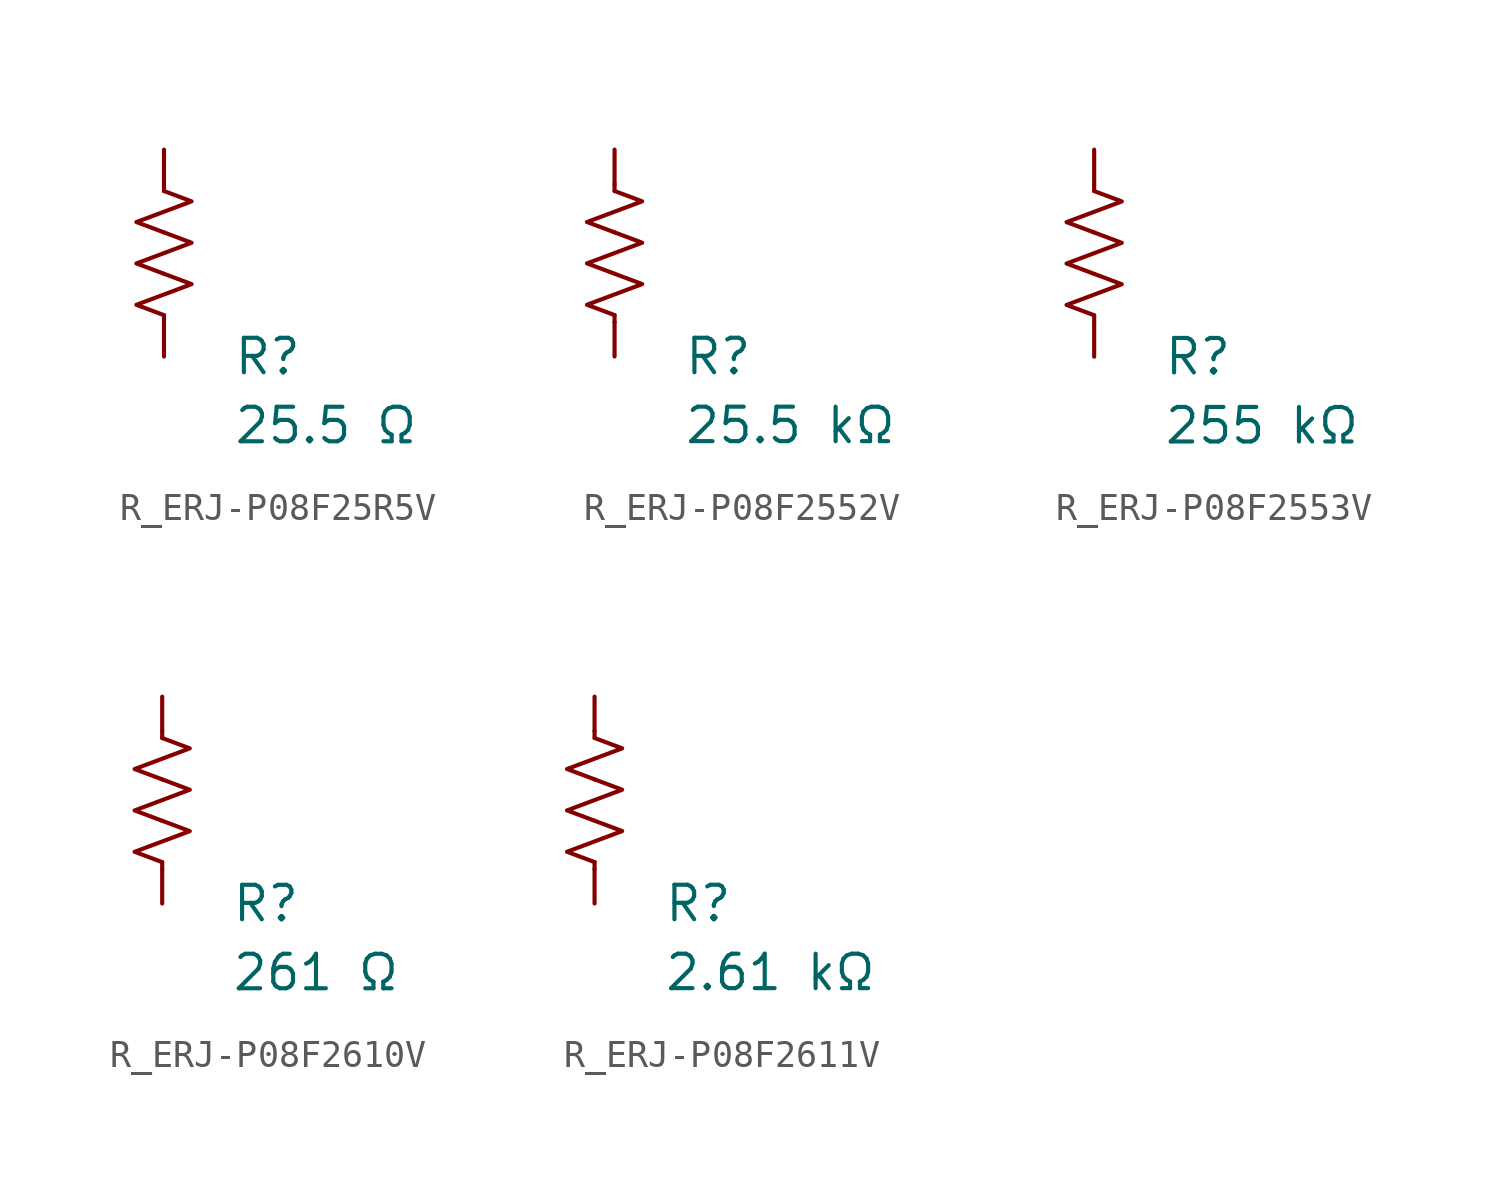
<source format=kicad_sym>
(kicad_symbol_lib
  (version 20231120)
  (generator "kicad_symbol_editor")
  (generator_version "8.0")
  (symbol "R_ERJ-P08F25R5V"
    (pin_numbers hide)
    (pin_names
      (offset 0))
    (property "Reference" "R"
      (at 2.54 -3.81 0)
      (effects (font (size 1.27 1.27)) (justify left))
      (show_name no))
    (property "Value" "25.5 Ω"
      (at 2.54 -6.35 0)
      (effects (font (size 1.27 1.27)) (justify left))
      (show_name no))
    (symbol "R_ERJ-P08F25R5V_0_1"
      (polyline (pts (xy 0 -2.286) (xy 0 -2.54)) (stroke (width 0) (type default)) (fill (type none)))
      (polyline (pts (xy 0 2.286) (xy 0 2.54)) (stroke (width 0) (type default)) (fill (type none)))
      (polyline (pts (xy 0 -0.762) (xy 1.016 -1.143) (xy 0 -1.524) (xy -1.016 -1.905) (xy 0 -2.286)) (stroke (width 0) (type default)) (fill (type none)))
      (polyline (pts (xy 0 0.762) (xy 1.016 0.381) (xy 0 0) (xy -1.016 -0.381) (xy 0 -0.762)) (stroke (width 0) (type default)) (fill (type none)))
      (polyline (pts (xy 0 2.286) (xy 1.016 1.905) (xy 0 1.524) (xy -1.016 1.143) (xy 0 0.762)) (stroke (width 0) (type default)) (fill (type none))))
    (symbol "R_ERJ-P08F25R5V_1_1"
      (pin passive line (at 0 3.81 270) (length 1.27) (name "~" (effects (font (size 1.27 1.27)))) (number "1" (effects (font (size 1.27 1.27)))))
      (pin passive line (at 0 -3.81 90) (length 1.27) (name "~" (effects (font (size 1.27 1.27)))) (number "2" (effects (font (size 1.27 1.27)))))))
  (symbol "R_ERJ-P08F2552V"
    (pin_numbers hide)
    (pin_names
      (offset 0))
    (property "Reference" "R"
      (at 2.54 -3.81 0)
      (effects (font (size 1.27 1.27)) (justify left))
      (show_name no))
    (property "Value" "25.5 kΩ"
      (at 2.54 -6.35 0)
      (effects (font (size 1.27 1.27)) (justify left))
      (show_name no))
    (symbol "R_ERJ-P08F2552V_0_1"
      (polyline (pts (xy 0 -2.286) (xy 0 -2.54)) (stroke (width 0) (type default)) (fill (type none)))
      (polyline (pts (xy 0 2.286) (xy 0 2.54)) (stroke (width 0) (type default)) (fill (type none)))
      (polyline (pts (xy 0 -0.762) (xy 1.016 -1.143) (xy 0 -1.524) (xy -1.016 -1.905) (xy 0 -2.286)) (stroke (width 0) (type default)) (fill (type none)))
      (polyline (pts (xy 0 0.762) (xy 1.016 0.381) (xy 0 0) (xy -1.016 -0.381) (xy 0 -0.762)) (stroke (width 0) (type default)) (fill (type none)))
      (polyline (pts (xy 0 2.286) (xy 1.016 1.905) (xy 0 1.524) (xy -1.016 1.143) (xy 0 0.762)) (stroke (width 0) (type default)) (fill (type none))))
    (symbol "R_ERJ-P08F2552V_1_1"
      (pin passive line (at 0 3.81 270) (length 1.27) (name "~" (effects (font (size 1.27 1.27)))) (number "1" (effects (font (size 1.27 1.27)))))
      (pin passive line (at 0 -3.81 90) (length 1.27) (name "~" (effects (font (size 1.27 1.27)))) (number "2" (effects (font (size 1.27 1.27)))))))
  (symbol "R_ERJ-P08F2553V"
    (pin_numbers hide)
    (pin_names
      (offset 0))
    (property "Reference" "R"
      (at 2.54 -3.81 0)
      (effects (font (size 1.27 1.27)) (justify left))
      (show_name no))
    (property "Value" "255 kΩ"
      (at 2.54 -6.35 0)
      (effects (font (size 1.27 1.27)) (justify left))
      (show_name no))
    (symbol "R_ERJ-P08F2553V_0_1"
      (polyline (pts (xy 0 -2.286) (xy 0 -2.54)) (stroke (width 0) (type default)) (fill (type none)))
      (polyline (pts (xy 0 2.286) (xy 0 2.54)) (stroke (width 0) (type default)) (fill (type none)))
      (polyline (pts (xy 0 -0.762) (xy 1.016 -1.143) (xy 0 -1.524) (xy -1.016 -1.905) (xy 0 -2.286)) (stroke (width 0) (type default)) (fill (type none)))
      (polyline (pts (xy 0 0.762) (xy 1.016 0.381) (xy 0 0) (xy -1.016 -0.381) (xy 0 -0.762)) (stroke (width 0) (type default)) (fill (type none)))
      (polyline (pts (xy 0 2.286) (xy 1.016 1.905) (xy 0 1.524) (xy -1.016 1.143) (xy 0 0.762)) (stroke (width 0) (type default)) (fill (type none))))
    (symbol "R_ERJ-P08F2553V_1_1"
      (pin passive line (at 0 3.81 270) (length 1.27) (name "~" (effects (font (size 1.27 1.27)))) (number "1" (effects (font (size 1.27 1.27)))))
      (pin passive line (at 0 -3.81 90) (length 1.27) (name "~" (effects (font (size 1.27 1.27)))) (number "2" (effects (font (size 1.27 1.27)))))))
  (symbol "R_ERJ-P08F2610V"
    (pin_numbers hide)
    (pin_names
      (offset 0))
    (property "Reference" "R"
      (at 2.54 -3.81 0)
      (effects (font (size 1.27 1.27)) (justify left))
      (show_name no))
    (property "Value" "261 Ω"
      (at 2.54 -6.35 0)
      (effects (font (size 1.27 1.27)) (justify left))
      (show_name no))
    (symbol "R_ERJ-P08F2610V_0_1"
      (polyline (pts (xy 0 -2.286) (xy 0 -2.54)) (stroke (width 0) (type default)) (fill (type none)))
      (polyline (pts (xy 0 2.286) (xy 0 2.54)) (stroke (width 0) (type default)) (fill (type none)))
      (polyline (pts (xy 0 -0.762) (xy 1.016 -1.143) (xy 0 -1.524) (xy -1.016 -1.905) (xy 0 -2.286)) (stroke (width 0) (type default)) (fill (type none)))
      (polyline (pts (xy 0 0.762) (xy 1.016 0.381) (xy 0 0) (xy -1.016 -0.381) (xy 0 -0.762)) (stroke (width 0) (type default)) (fill (type none)))
      (polyline (pts (xy 0 2.286) (xy 1.016 1.905) (xy 0 1.524) (xy -1.016 1.143) (xy 0 0.762)) (stroke (width 0) (type default)) (fill (type none))))
    (symbol "R_ERJ-P08F2610V_1_1"
      (pin passive line (at 0 3.81 270) (length 1.27) (name "~" (effects (font (size 1.27 1.27)))) (number "1" (effects (font (size 1.27 1.27)))))
      (pin passive line (at 0 -3.81 90) (length 1.27) (name "~" (effects (font (size 1.27 1.27)))) (number "2" (effects (font (size 1.27 1.27)))))))
  (symbol "R_ERJ-P08F2611V"
    (pin_numbers hide)
    (pin_names
      (offset 0))
    (property "Reference" "R"
      (at 2.54 -3.81 0)
      (effects (font (size 1.27 1.27)) (justify left))
      (show_name no))
    (property "Value" "2.61 kΩ"
      (at 2.54 -6.35 0)
      (effects (font (size 1.27 1.27)) (justify left))
      (show_name no))
    (symbol "R_ERJ-P08F2611V_0_1"
      (polyline (pts (xy 0 -2.286) (xy 0 -2.54)) (stroke (width 0) (type default)) (fill (type none)))
      (polyline (pts (xy 0 2.286) (xy 0 2.54)) (stroke (width 0) (type default)) (fill (type none)))
      (polyline (pts (xy 0 -0.762) (xy 1.016 -1.143) (xy 0 -1.524) (xy -1.016 -1.905) (xy 0 -2.286)) (stroke (width 0) (type default)) (fill (type none)))
      (polyline (pts (xy 0 0.762) (xy 1.016 0.381) (xy 0 0) (xy -1.016 -0.381) (xy 0 -0.762)) (stroke (width 0) (type default)) (fill (type none)))
      (polyline (pts (xy 0 2.286) (xy 1.016 1.905) (xy 0 1.524) (xy -1.016 1.143) (xy 0 0.762)) (stroke (width 0) (type default)) (fill (type none))))
    (symbol "R_ERJ-P08F2611V_1_1"
      (pin passive line (at 0 3.81 270) (length 1.27) (name "~" (effects (font (size 1.27 1.27)))) (number "1" (effects (font (size 1.27 1.27)))))
      (pin passive line (at 0 -3.81 90) (length 1.27) (name "~" (effects (font (size 1.27 1.27)))) (number "2" (effects (font (size 1.27 1.27))))))))
</source>
